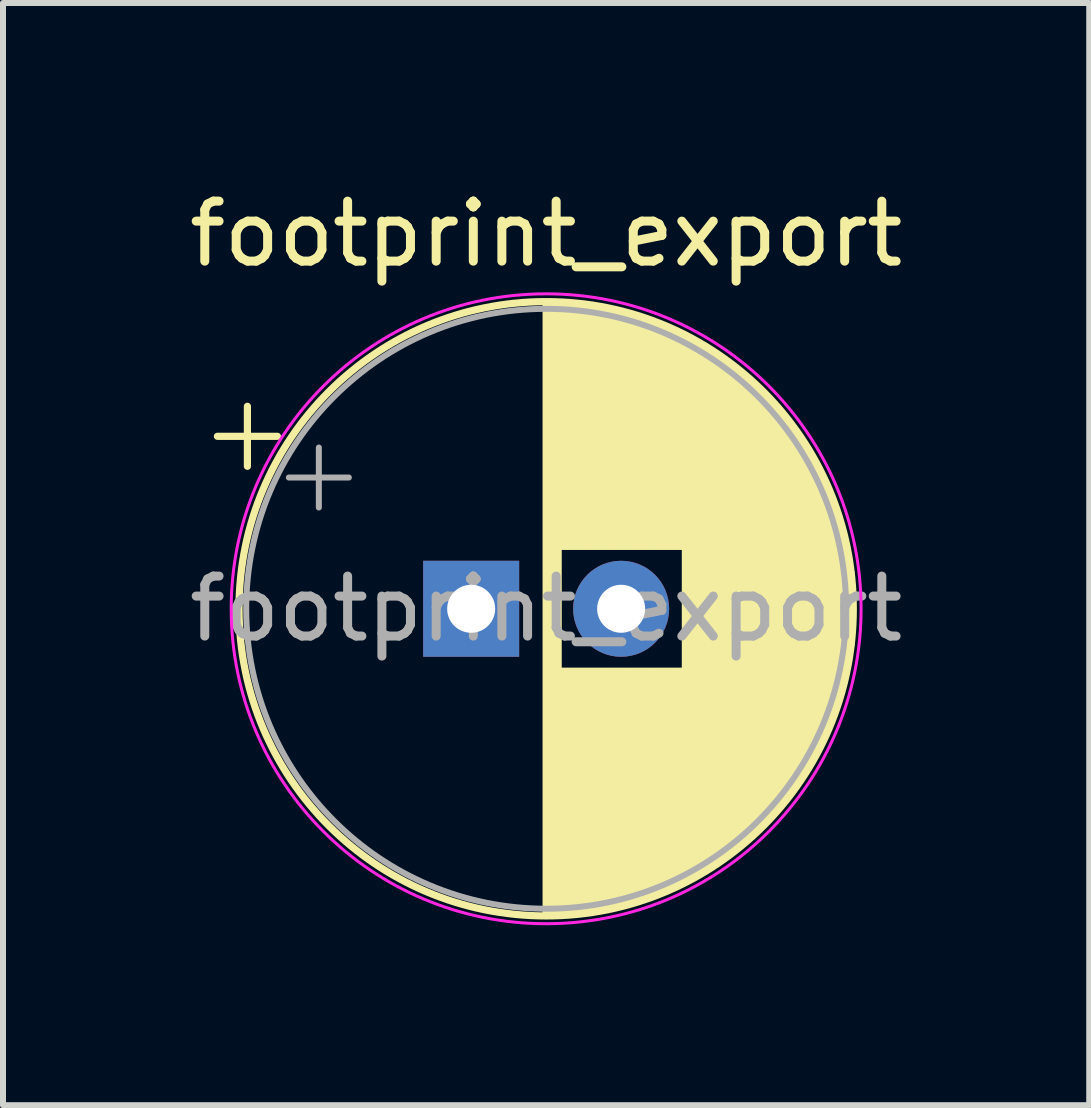
<source format=kicad_pcb>
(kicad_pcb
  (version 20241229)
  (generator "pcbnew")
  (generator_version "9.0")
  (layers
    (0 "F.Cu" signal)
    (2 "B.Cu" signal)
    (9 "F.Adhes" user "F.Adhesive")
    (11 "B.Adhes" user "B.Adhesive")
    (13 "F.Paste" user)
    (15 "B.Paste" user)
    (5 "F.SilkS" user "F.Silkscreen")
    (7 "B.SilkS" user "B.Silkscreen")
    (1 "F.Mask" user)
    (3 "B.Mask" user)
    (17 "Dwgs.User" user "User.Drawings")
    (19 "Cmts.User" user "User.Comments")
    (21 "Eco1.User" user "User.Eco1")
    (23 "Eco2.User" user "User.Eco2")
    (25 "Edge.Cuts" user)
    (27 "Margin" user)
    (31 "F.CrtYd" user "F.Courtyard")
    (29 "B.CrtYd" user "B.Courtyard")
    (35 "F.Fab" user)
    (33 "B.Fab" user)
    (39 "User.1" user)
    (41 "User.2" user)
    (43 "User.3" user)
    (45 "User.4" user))
  (footprint "footprint_export"
    (layer "F.Cu")
    (at 4.804 7.098)
    (property "Reference" "footprint_export" (at 1.25 -6.25 0) (layer "F.SilkS") (effects (font (size 1 1) (thickness 0.15))))
    (attr through_hole)
    (fp_line (start -4.23 -2.875) (end -3.23 -2.875) (stroke (width 0.12) (type solid)) (layer "F.SilkS"))
    (fp_line (start -3.73 -3.375) (end -3.73 -2.375) (stroke (width 0.12) (type solid)) (layer "F.SilkS"))
    (fp_line (start 1.25 -5.08) (end 1.25 5.08) (stroke (width 0.12) (type solid)) (layer "F.SilkS"))
    (fp_line (start 1.29 -5.08) (end 1.29 5.08) (stroke (width 0.12) (type solid)) (layer "F.SilkS"))
    (fp_line (start 1.33 -5.08) (end 1.33 5.08) (stroke (width 0.12) (type solid)) (layer "F.SilkS"))
    (fp_line (start 1.37 -5.079) (end 1.37 5.079) (stroke (width 0.12) (type solid)) (layer "F.SilkS"))
    (fp_line (start 1.41 -5.078) (end 1.41 5.078) (stroke (width 0.12) (type solid)) (layer "F.SilkS"))
    (fp_line (start 1.45 -5.077) (end 1.45 5.077) (stroke (width 0.12) (type solid)) (layer "F.SilkS"))
    (fp_line (start 1.49 -5.075) (end 1.49 -1.04) (stroke (width 0.12) (type solid)) (layer "F.SilkS"))
    (fp_line (start 1.49 1.04) (end 1.49 5.075) (stroke (width 0.12) (type solid)) (layer "F.SilkS"))
    (fp_line (start 1.53 -5.073) (end 1.53 -1.04) (stroke (width 0.12) (type solid)) (layer "F.SilkS"))
    (fp_line (start 1.53 1.04) (end 1.53 5.073) (stroke (width 0.12) (type solid)) (layer "F.SilkS"))
    (fp_line (start 1.57 -5.07) (end 1.57 -1.04) (stroke (width 0.12) (type solid)) (layer "F.SilkS"))
    (fp_line (start 1.57 1.04) (end 1.57 5.07) (stroke (width 0.12) (type solid)) (layer "F.SilkS"))
    (fp_line (start 1.61 -5.068) (end 1.61 -1.04) (stroke (width 0.12) (type solid)) (layer "F.SilkS"))
    (fp_line (start 1.61 1.04) (end 1.61 5.068) (stroke (width 0.12) (type solid)) (layer "F.SilkS"))
    (fp_line (start 1.65 -5.065) (end 1.65 -1.04) (stroke (width 0.12) (type solid)) (layer "F.SilkS"))
    (fp_line (start 1.65 1.04) (end 1.65 5.065) (stroke (width 0.12) (type solid)) (layer "F.SilkS"))
    (fp_line (start 1.69 -5.062) (end 1.69 -1.04) (stroke (width 0.12) (type solid)) (layer "F.SilkS"))
    (fp_line (start 1.69 1.04) (end 1.69 5.062) (stroke (width 0.12) (type solid)) (layer "F.SilkS"))
    (fp_line (start 1.73 -5.058) (end 1.73 -1.04) (stroke (width 0.12) (type solid)) (layer "F.SilkS"))
    (fp_line (start 1.73 1.04) (end 1.73 5.058) (stroke (width 0.12) (type solid)) (layer "F.SilkS"))
    (fp_line (start 1.77 -5.054) (end 1.77 -1.04) (stroke (width 0.12) (type solid)) (layer "F.SilkS"))
    (fp_line (start 1.77 1.04) (end 1.77 5.054) (stroke (width 0.12) (type solid)) (layer "F.SilkS"))
    (fp_line (start 1.81 -5.05) (end 1.81 -1.04) (stroke (width 0.12) (type solid)) (layer "F.SilkS"))
    (fp_line (start 1.81 1.04) (end 1.81 5.05) (stroke (width 0.12) (type solid)) (layer "F.SilkS"))
    (fp_line (start 1.85 -5.045) (end 1.85 -1.04) (stroke (width 0.12) (type solid)) (layer "F.SilkS"))
    (fp_line (start 1.85 1.04) (end 1.85 5.045) (stroke (width 0.12) (type solid)) (layer "F.SilkS"))
    (fp_line (start 1.89 -5.04) (end 1.89 -1.04) (stroke (width 0.12) (type solid)) (layer "F.SilkS"))
    (fp_line (start 1.89 1.04) (end 1.89 5.04) (stroke (width 0.12) (type solid)) (layer "F.SilkS"))
    (fp_line (start 1.93 -5.035) (end 1.93 -1.04) (stroke (width 0.12) (type solid)) (layer "F.SilkS"))
    (fp_line (start 1.93 1.04) (end 1.93 5.035) (stroke (width 0.12) (type solid)) (layer "F.SilkS"))
    (fp_line (start 1.971 -5.03) (end 1.971 -1.04) (stroke (width 0.12) (type solid)) (layer "F.SilkS"))
    (fp_line (start 1.971 1.04) (end 1.971 5.03) (stroke (width 0.12) (type solid)) (layer "F.SilkS"))
    (fp_line (start 2.011 -5.024) (end 2.011 -1.04) (stroke (width 0.12) (type solid)) (layer "F.SilkS"))
    (fp_line (start 2.011 1.04) (end 2.011 5.024) (stroke (width 0.12) (type solid)) (layer "F.SilkS"))
    (fp_line (start 2.051 -5.018) (end 2.051 -1.04) (stroke (width 0.12) (type solid)) (layer "F.SilkS"))
    (fp_line (start 2.051 1.04) (end 2.051 5.018) (stroke (width 0.12) (type solid)) (layer "F.SilkS"))
    (fp_line (start 2.091 -5.011) (end 2.091 -1.04) (stroke (width 0.12) (type solid)) (layer "F.SilkS"))
    (fp_line (start 2.091 1.04) (end 2.091 5.011) (stroke (width 0.12) (type solid)) (layer "F.SilkS"))
    (fp_line (start 2.131 -5.004) (end 2.131 -1.04) (stroke (width 0.12) (type solid)) (layer "F.SilkS"))
    (fp_line (start 2.131 1.04) (end 2.131 5.004) (stroke (width 0.12) (type solid)) (layer "F.SilkS"))
    (fp_line (start 2.171 -4.997) (end 2.171 -1.04) (stroke (width 0.12) (type solid)) (layer "F.SilkS"))
    (fp_line (start 2.171 1.04) (end 2.171 4.997) (stroke (width 0.12) (type solid)) (layer "F.SilkS"))
    (fp_line (start 2.211 -4.99) (end 2.211 -1.04) (stroke (width 0.12) (type solid)) (layer "F.SilkS"))
    (fp_line (start 2.211 1.04) (end 2.211 4.99) (stroke (width 0.12) (type solid)) (layer "F.SilkS"))
    (fp_line (start 2.251 -4.982) (end 2.251 -1.04) (stroke (width 0.12) (type solid)) (layer "F.SilkS"))
    (fp_line (start 2.251 1.04) (end 2.251 4.982) (stroke (width 0.12) (type solid)) (layer "F.SilkS"))
    (fp_line (start 2.291 -4.974) (end 2.291 -1.04) (stroke (width 0.12) (type solid)) (layer "F.SilkS"))
    (fp_line (start 2.291 1.04) (end 2.291 4.974) (stroke (width 0.12) (type solid)) (layer "F.SilkS"))
    (fp_line (start 2.331 -4.965) (end 2.331 -1.04) (stroke (width 0.12) (type solid)) (layer "F.SilkS"))
    (fp_line (start 2.331 1.04) (end 2.331 4.965) (stroke (width 0.12) (type solid)) (layer "F.SilkS"))
    (fp_line (start 2.371 -4.956) (end 2.371 -1.04) (stroke (width 0.12) (type solid)) (layer "F.SilkS"))
    (fp_line (start 2.371 1.04) (end 2.371 4.956) (stroke (width 0.12) (type solid)) (layer "F.SilkS"))
    (fp_line (start 2.411 -4.947) (end 2.411 -1.04) (stroke (width 0.12) (type solid)) (layer "F.SilkS"))
    (fp_line (start 2.411 1.04) (end 2.411 4.947) (stroke (width 0.12) (type solid)) (layer "F.SilkS"))
    (fp_line (start 2.451 -4.938) (end 2.451 -1.04) (stroke (width 0.12) (type solid)) (layer "F.SilkS"))
    (fp_line (start 2.451 1.04) (end 2.451 4.938) (stroke (width 0.12) (type solid)) (layer "F.SilkS"))
    (fp_line (start 2.491 -4.928) (end 2.491 -1.04) (stroke (width 0.12) (type solid)) (layer "F.SilkS"))
    (fp_line (start 2.491 1.04) (end 2.491 4.928) (stroke (width 0.12) (type solid)) (layer "F.SilkS"))
    (fp_line (start 2.531 -4.918) (end 2.531 -1.04) (stroke (width 0.12) (type solid)) (layer "F.SilkS"))
    (fp_line (start 2.531 1.04) (end 2.531 4.918) (stroke (width 0.12) (type solid)) (layer "F.SilkS"))
    (fp_line (start 2.571 -4.907) (end 2.571 -1.04) (stroke (width 0.12) (type solid)) (layer "F.SilkS"))
    (fp_line (start 2.571 1.04) (end 2.571 4.907) (stroke (width 0.12) (type solid)) (layer "F.SilkS"))
    (fp_line (start 2.611 -4.897) (end 2.611 -1.04) (stroke (width 0.12) (type solid)) (layer "F.SilkS"))
    (fp_line (start 2.611 1.04) (end 2.611 4.897) (stroke (width 0.12) (type solid)) (layer "F.SilkS"))
    (fp_line (start 2.651 -4.885) (end 2.651 -1.04) (stroke (width 0.12) (type solid)) (layer "F.SilkS"))
    (fp_line (start 2.651 1.04) (end 2.651 4.885) (stroke (width 0.12) (type solid)) (layer "F.SilkS"))
    (fp_line (start 2.691 -4.874) (end 2.691 -1.04) (stroke (width 0.12) (type solid)) (layer "F.SilkS"))
    (fp_line (start 2.691 1.04) (end 2.691 4.874) (stroke (width 0.12) (type solid)) (layer "F.SilkS"))
    (fp_line (start 2.731 -4.862) (end 2.731 -1.04) (stroke (width 0.12) (type solid)) (layer "F.SilkS"))
    (fp_line (start 2.731 1.04) (end 2.731 4.862) (stroke (width 0.12) (type solid)) (layer "F.SilkS"))
    (fp_line (start 2.771 -4.85) (end 2.771 -1.04) (stroke (width 0.12) (type solid)) (layer "F.SilkS"))
    (fp_line (start 2.771 1.04) (end 2.771 4.85) (stroke (width 0.12) (type solid)) (layer "F.SilkS"))
    (fp_line (start 2.811 -4.837) (end 2.811 -1.04) (stroke (width 0.12) (type solid)) (layer "F.SilkS"))
    (fp_line (start 2.811 1.04) (end 2.811 4.837) (stroke (width 0.12) (type solid)) (layer "F.SilkS"))
    (fp_line (start 2.851 -4.824) (end 2.851 -1.04) (stroke (width 0.12) (type solid)) (layer "F.SilkS"))
    (fp_line (start 2.851 1.04) (end 2.851 4.824) (stroke (width 0.12) (type solid)) (layer "F.SilkS"))
    (fp_line (start 2.891 -4.811) (end 2.891 -1.04) (stroke (width 0.12) (type solid)) (layer "F.SilkS"))
    (fp_line (start 2.891 1.04) (end 2.891 4.811) (stroke (width 0.12) (type solid)) (layer "F.SilkS"))
    (fp_line (start 2.931 -4.797) (end 2.931 -1.04) (stroke (width 0.12) (type solid)) (layer "F.SilkS"))
    (fp_line (start 2.931 1.04) (end 2.931 4.797) (stroke (width 0.12) (type solid)) (layer "F.SilkS"))
    (fp_line (start 2.971 -4.783) (end 2.971 -1.04) (stroke (width 0.12) (type solid)) (layer "F.SilkS"))
    (fp_line (start 2.971 1.04) (end 2.971 4.783) (stroke (width 0.12) (type solid)) (layer "F.SilkS"))
    (fp_line (start 3.011 -4.768) (end 3.011 -1.04) (stroke (width 0.12) (type solid)) (layer "F.SilkS"))
    (fp_line (start 3.011 1.04) (end 3.011 4.768) (stroke (width 0.12) (type solid)) (layer "F.SilkS"))
    (fp_line (start 3.051 -4.754) (end 3.051 -1.04) (stroke (width 0.12) (type solid)) (layer "F.SilkS"))
    (fp_line (start 3.051 1.04) (end 3.051 4.754) (stroke (width 0.12) (type solid)) (layer "F.SilkS"))
    (fp_line (start 3.091 -4.738) (end 3.091 -1.04) (stroke (width 0.12) (type solid)) (layer "F.SilkS"))
    (fp_line (start 3.091 1.04) (end 3.091 4.738) (stroke (width 0.12) (type solid)) (layer "F.SilkS"))
    (fp_line (start 3.131 -4.723) (end 3.131 -1.04) (stroke (width 0.12) (type solid)) (layer "F.SilkS"))
    (fp_line (start 3.131 1.04) (end 3.131 4.723) (stroke (width 0.12) (type solid)) (layer "F.SilkS"))
    (fp_line (start 3.171 -4.707) (end 3.171 -1.04) (stroke (width 0.12) (type solid)) (layer "F.SilkS"))
    (fp_line (start 3.171 1.04) (end 3.171 4.707) (stroke (width 0.12) (type solid)) (layer "F.SilkS"))
    (fp_line (start 3.211 -4.69) (end 3.211 -1.04) (stroke (width 0.12) (type solid)) (layer "F.SilkS"))
    (fp_line (start 3.211 1.04) (end 3.211 4.69) (stroke (width 0.12) (type solid)) (layer "F.SilkS"))
    (fp_line (start 3.251 -4.674) (end 3.251 -1.04) (stroke (width 0.12) (type solid)) (layer "F.SilkS"))
    (fp_line (start 3.251 1.04) (end 3.251 4.674) (stroke (width 0.12) (type solid)) (layer "F.SilkS"))
    (fp_line (start 3.291 -4.657) (end 3.291 -1.04) (stroke (width 0.12) (type solid)) (layer "F.SilkS"))
    (fp_line (start 3.291 1.04) (end 3.291 4.657) (stroke (width 0.12) (type solid)) (layer "F.SilkS"))
    (fp_line (start 3.331 -4.639) (end 3.331 -1.04) (stroke (width 0.12) (type solid)) (layer "F.SilkS"))
    (fp_line (start 3.331 1.04) (end 3.331 4.639) (stroke (width 0.12) (type solid)) (layer "F.SilkS"))
    (fp_line (start 3.371 -4.621) (end 3.371 -1.04) (stroke (width 0.12) (type solid)) (layer "F.SilkS"))
    (fp_line (start 3.371 1.04) (end 3.371 4.621) (stroke (width 0.12) (type solid)) (layer "F.SilkS"))
    (fp_line (start 3.411 -4.603) (end 3.411 -1.04) (stroke (width 0.12) (type solid)) (layer "F.SilkS"))
    (fp_line (start 3.411 1.04) (end 3.411 4.603) (stroke (width 0.12) (type solid)) (layer "F.SilkS"))
    (fp_line (start 3.451 -4.584) (end 3.451 -1.04) (stroke (width 0.12) (type solid)) (layer "F.SilkS"))
    (fp_line (start 3.451 1.04) (end 3.451 4.584) (stroke (width 0.12) (type solid)) (layer "F.SilkS"))
    (fp_line (start 3.491 -4.564) (end 3.491 -1.04) (stroke (width 0.12) (type solid)) (layer "F.SilkS"))
    (fp_line (start 3.491 1.04) (end 3.491 4.564) (stroke (width 0.12) (type solid)) (layer "F.SilkS"))
    (fp_line (start 3.531 -4.545) (end 3.531 -1.04) (stroke (width 0.12) (type solid)) (layer "F.SilkS"))
    (fp_line (start 3.531 1.04) (end 3.531 4.545) (stroke (width 0.12) (type solid)) (layer "F.SilkS"))
    (fp_line (start 3.571 -4.525) (end 3.571 4.525) (stroke (width 0.12) (type solid)) (layer "F.SilkS"))
    (fp_line (start 3.611 -4.504) (end 3.611 4.504) (stroke (width 0.12) (type solid)) (layer "F.SilkS"))
    (fp_line (start 3.651 -4.483) (end 3.651 4.483) (stroke (width 0.12) (type solid)) (layer "F.SilkS"))
    (fp_line (start 3.691 -4.462) (end 3.691 4.462) (stroke (width 0.12) (type solid)) (layer "F.SilkS"))
    (fp_line (start 3.731 -4.44) (end 3.731 4.44) (stroke (width 0.12) (type solid)) (layer "F.SilkS"))
    (fp_line (start 3.771 -4.417) (end 3.771 4.417) (stroke (width 0.12) (type solid)) (layer "F.SilkS"))
    (fp_line (start 3.811 -4.395) (end 3.811 4.395) (stroke (width 0.12) (type solid)) (layer "F.SilkS"))
    (fp_line (start 3.851 -4.371) (end 3.851 4.371) (stroke (width 0.12) (type solid)) (layer "F.SilkS"))
    (fp_line (start 3.891 -4.347) (end 3.891 4.347) (stroke (width 0.12) (type solid)) (layer "F.SilkS"))
    (fp_line (start 3.931 -4.323) (end 3.931 4.323) (stroke (width 0.12) (type solid)) (layer "F.SilkS"))
    (fp_line (start 3.971 -4.298) (end 3.971 4.298) (stroke (width 0.12) (type solid)) (layer "F.SilkS"))
    (fp_line (start 4.011 -4.273) (end 4.011 4.273) (stroke (width 0.12) (type solid)) (layer "F.SilkS"))
    (fp_line (start 4.051 -4.247) (end 4.051 4.247) (stroke (width 0.12) (type solid)) (layer "F.SilkS"))
    (fp_line (start 4.091 -4.221) (end 4.091 4.221) (stroke (width 0.12) (type solid)) (layer "F.SilkS"))
    (fp_line (start 4.131 -4.194) (end 4.131 4.194) (stroke (width 0.12) (type solid)) (layer "F.SilkS"))
    (fp_line (start 4.171 -4.166) (end 4.171 4.166) (stroke (width 0.12) (type solid)) (layer "F.SilkS"))
    (fp_line (start 4.211 -4.138) (end 4.211 4.138) (stroke (width 0.12) (type solid)) (layer "F.SilkS"))
    (fp_line (start 4.251 -4.11) (end 4.251 4.11) (stroke (width 0.12) (type solid)) (layer "F.SilkS"))
    (fp_line (start 4.291 -4.08) (end 4.291 4.08) (stroke (width 0.12) (type solid)) (layer "F.SilkS"))
    (fp_line (start 4.331 -4.05) (end 4.331 4.05) (stroke (width 0.12) (type solid)) (layer "F.SilkS"))
    (fp_line (start 4.371 -4.02) (end 4.371 4.02) (stroke (width 0.12) (type solid)) (layer "F.SilkS"))
    (fp_line (start 4.411 -3.989) (end 4.411 3.989) (stroke (width 0.12) (type solid)) (layer "F.SilkS"))
    (fp_line (start 4.451 -3.957) (end 4.451 3.957) (stroke (width 0.12) (type solid)) (layer "F.SilkS"))
    (fp_line (start 4.491 -3.925) (end 4.491 3.925) (stroke (width 0.12) (type solid)) (layer "F.SilkS"))
    (fp_line (start 4.531 -3.892) (end 4.531 3.892) (stroke (width 0.12) (type solid)) (layer "F.SilkS"))
    (fp_line (start 4.571 -3.858) (end 4.571 3.858) (stroke (width 0.12) (type solid)) (layer "F.SilkS"))
    (fp_line (start 4.611 -3.824) (end 4.611 3.824) (stroke (width 0.12) (type solid)) (layer "F.SilkS"))
    (fp_line (start 4.651 -3.789) (end 4.651 3.789) (stroke (width 0.12) (type solid)) (layer "F.SilkS"))
    (fp_line (start 4.691 -3.753) (end 4.691 3.753) (stroke (width 0.12) (type solid)) (layer "F.SilkS"))
    (fp_line (start 4.731 -3.716) (end 4.731 3.716) (stroke (width 0.12) (type solid)) (layer "F.SilkS"))
    (fp_line (start 4.771 -3.679) (end 4.771 3.679) (stroke (width 0.12) (type solid)) (layer "F.SilkS"))
    (fp_line (start 4.811 -3.64) (end 4.811 3.64) (stroke (width 0.12) (type solid)) (layer "F.SilkS"))
    (fp_line (start 4.851 -3.601) (end 4.851 3.601) (stroke (width 0.12) (type solid)) (layer "F.SilkS"))
    (fp_line (start 4.891 -3.561) (end 4.891 3.561) (stroke (width 0.12) (type solid)) (layer "F.SilkS"))
    (fp_line (start 4.931 -3.52) (end 4.931 3.52) (stroke (width 0.12) (type solid)) (layer "F.SilkS"))
    (fp_line (start 4.971 -3.478) (end 4.971 3.478) (stroke (width 0.12) (type solid)) (layer "F.SilkS"))
    (fp_line (start 5.011 -3.436) (end 5.011 3.436) (stroke (width 0.12) (type solid)) (layer "F.SilkS"))
    (fp_line (start 5.051 -3.392) (end 5.051 3.392) (stroke (width 0.12) (type solid)) (layer "F.SilkS"))
    (fp_line (start 5.091 -3.347) (end 5.091 3.347) (stroke (width 0.12) (type solid)) (layer "F.SilkS"))
    (fp_line (start 5.131 -3.301) (end 5.131 3.301) (stroke (width 0.12) (type solid)) (layer "F.SilkS"))
    (fp_line (start 5.171 -3.254) (end 5.171 3.254) (stroke (width 0.12) (type solid)) (layer "F.SilkS"))
    (fp_line (start 5.211 -3.206) (end 5.211 3.206) (stroke (width 0.12) (type solid)) (layer "F.SilkS"))
    (fp_line (start 5.251 -3.156) (end 5.251 3.156) (stroke (width 0.12) (type solid)) (layer "F.SilkS"))
    (fp_line (start 5.291 -3.106) (end 5.291 3.106) (stroke (width 0.12) (type solid)) (layer "F.SilkS"))
    (fp_line (start 5.331 -3.054) (end 5.331 3.054) (stroke (width 0.12) (type solid)) (layer "F.SilkS"))
    (fp_line (start 5.371 -3) (end 5.371 3) (stroke (width 0.12) (type solid)) (layer "F.SilkS"))
    (fp_line (start 5.411 -2.945) (end 5.411 2.945) (stroke (width 0.12) (type solid)) (layer "F.SilkS"))
    (fp_line (start 5.451 -2.889) (end 5.451 2.889) (stroke (width 0.12) (type solid)) (layer "F.SilkS"))
    (fp_line (start 5.491 -2.83) (end 5.491 2.83) (stroke (width 0.12) (type solid)) (layer "F.SilkS"))
    (fp_line (start 5.531 -2.77) (end 5.531 2.77) (stroke (width 0.12) (type solid)) (layer "F.SilkS"))
    (fp_line (start 5.571 -2.709) (end 5.571 2.709) (stroke (width 0.12) (type solid)) (layer "F.SilkS"))
    (fp_line (start 5.611 -2.645) (end 5.611 2.645) (stroke (width 0.12) (type solid)) (layer "F.SilkS"))
    (fp_line (start 5.651 -2.579) (end 5.651 2.579) (stroke (width 0.12) (type solid)) (layer "F.SilkS"))
    (fp_line (start 5.691 -2.51) (end 5.691 2.51) (stroke (width 0.12) (type solid)) (layer "F.SilkS"))
    (fp_line (start 5.731 -2.439) (end 5.731 2.439) (stroke (width 0.12) (type solid)) (layer "F.SilkS"))
    (fp_line (start 5.771 -2.365) (end 5.771 2.365) (stroke (width 0.12) (type solid)) (layer "F.SilkS"))
    (fp_line (start 5.811 -2.289) (end 5.811 2.289) (stroke (width 0.12) (type solid)) (layer "F.SilkS"))
    (fp_line (start 5.851 -2.209) (end 5.851 2.209) (stroke (width 0.12) (type solid)) (layer "F.SilkS"))
    (fp_line (start 5.891 -2.125) (end 5.891 2.125) (stroke (width 0.12) (type solid)) (layer "F.SilkS"))
    (fp_line (start 5.931 -2.037) (end 5.931 2.037) (stroke (width 0.12) (type solid)) (layer "F.SilkS"))
    (fp_line (start 5.971 -1.944) (end 5.971 1.944) (stroke (width 0.12) (type solid)) (layer "F.SilkS"))
    (fp_line (start 6.011 -1.846) (end 6.011 1.846) (stroke (width 0.12) (type solid)) (layer "F.SilkS"))
    (fp_line (start 6.051 -1.742) (end 6.051 1.742) (stroke (width 0.12) (type solid)) (layer "F.SilkS"))
    (fp_line (start 6.091 -1.63) (end 6.091 1.63) (stroke (width 0.12) (type solid)) (layer "F.SilkS"))
    (fp_line (start 6.131 -1.51) (end 6.131 1.51) (stroke (width 0.12) (type solid)) (layer "F.SilkS"))
    (fp_line (start 6.171 -1.378) (end 6.171 1.378) (stroke (width 0.12) (type solid)) (layer "F.SilkS"))
    (fp_line (start 6.211 -1.23) (end 6.211 1.23) (stroke (width 0.12) (type solid)) (layer "F.SilkS"))
    (fp_line (start 6.251 -1.062) (end 6.251 1.062) (stroke (width 0.12) (type solid)) (layer "F.SilkS"))
    (fp_line (start 6.291 -0.862) (end 6.291 0.862) (stroke (width 0.12) (type solid)) (layer "F.SilkS"))
    (fp_line (start 6.331 -0.599) (end 6.331 0.599) (stroke (width 0.12) (type solid)) (layer "F.SilkS"))
    (fp_circle (center 1.25 0) (end 6.37 0) (stroke (width 0.12) (type solid)) (fill no) (layer "F.SilkS"))
    (fp_circle (center 1.25 0) (end 6.5 0) (stroke (width 0.05) (type solid)) (fill no) (layer "F.CrtYd"))
    (fp_line (start -3.039 -2.188) (end -2.039 -2.188) (stroke (width 0.1) (type solid)) (layer "F.Fab"))
    (fp_line (start -2.539 -2.688) (end -2.539 -1.688) (stroke (width 0.1) (type solid)) (layer "F.Fab"))
    (fp_circle (center 1.25 0) (end 6.25 0) (stroke (width 0.1) (type solid)) (fill no) (layer "F.Fab"))
    (fp_text user "${REFERENCE}" (at 1.25 0 0) (layer "F.Fab") (effects (font (size 1 1) (thickness 0.15))))
    (pad "1" thru_hole rect (at 0 0) (size 1.6 1.6) (drill 0.8) (layers "*.Cu" "*.Mask"))
    (pad "2" thru_hole circle (at 2.5 0) (size 1.6 1.6) (drill 0.8) (layers "*.Cu" "*.Mask")))
  (gr_rect
    (start -3 -3)
    (end 15.107 15.373)
    (stroke (width 0.1) (type default))
    (fill no)
    (layer "Edge.Cuts")))
</source>
